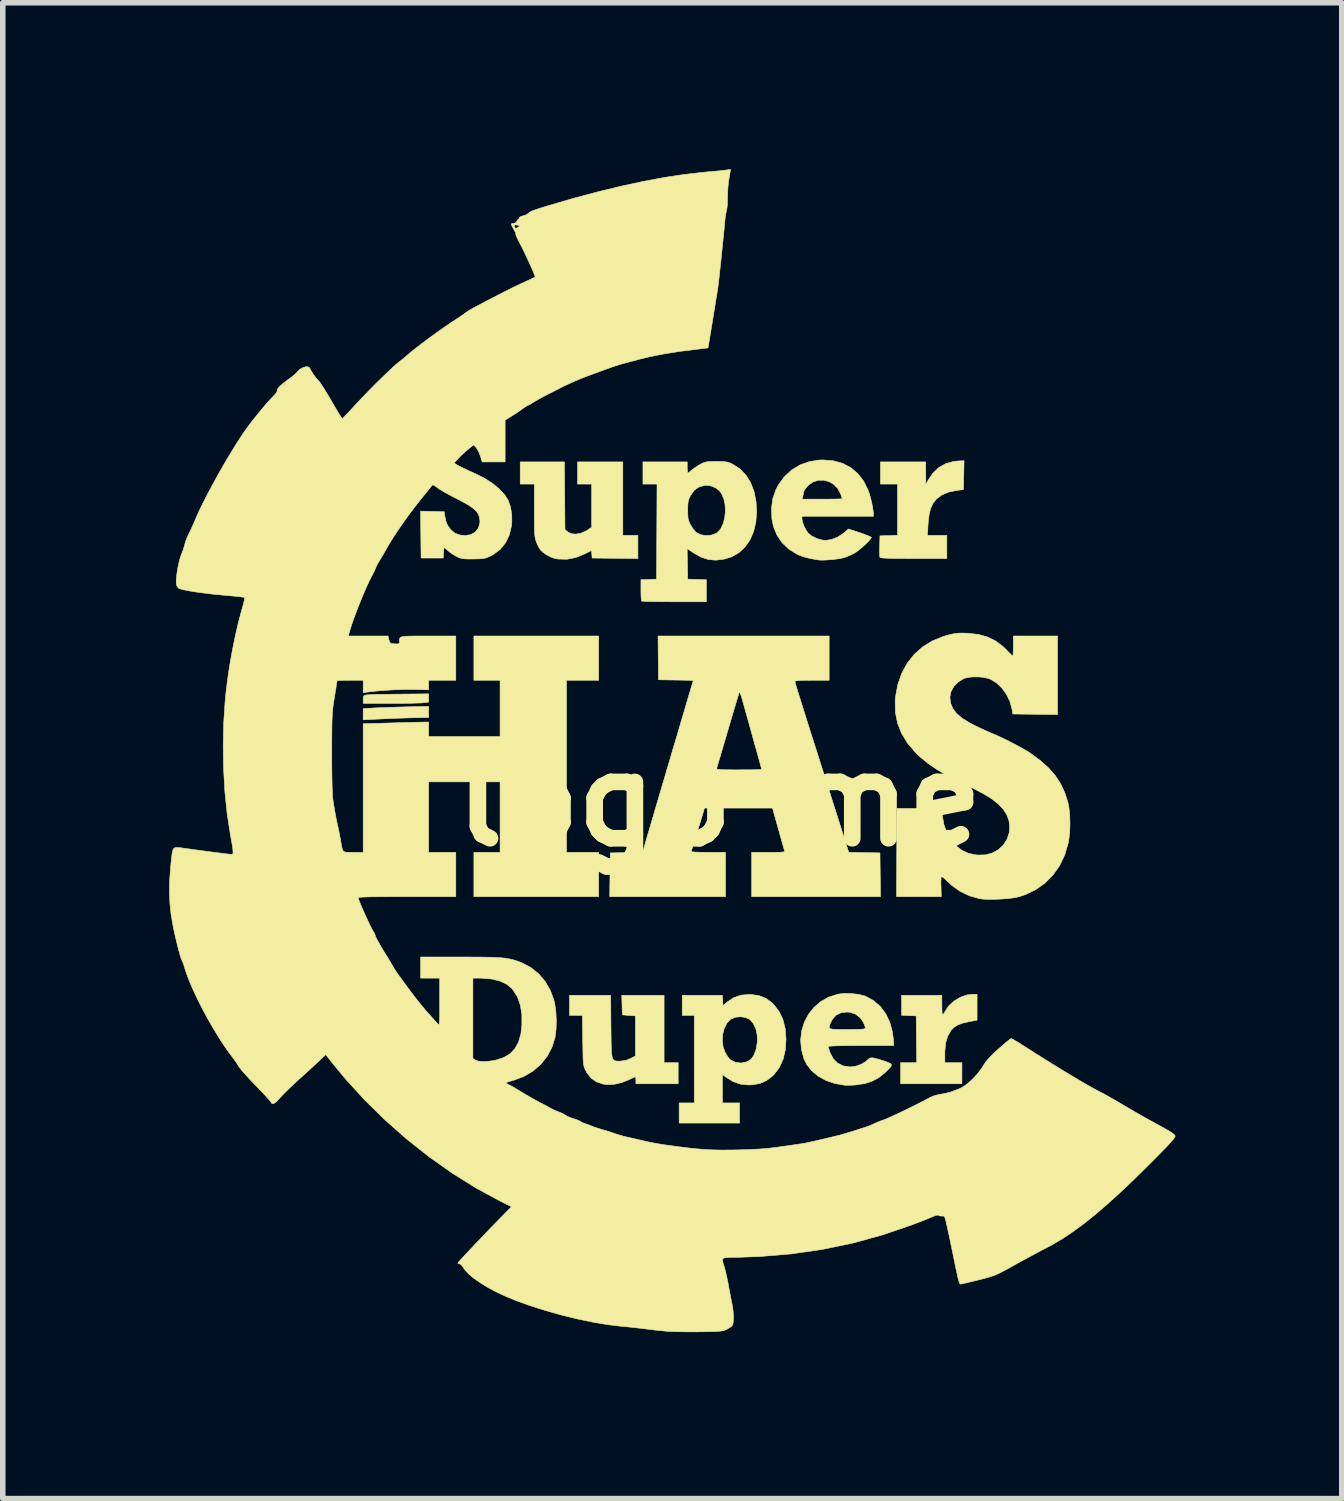
<source format=kicad_pcb>
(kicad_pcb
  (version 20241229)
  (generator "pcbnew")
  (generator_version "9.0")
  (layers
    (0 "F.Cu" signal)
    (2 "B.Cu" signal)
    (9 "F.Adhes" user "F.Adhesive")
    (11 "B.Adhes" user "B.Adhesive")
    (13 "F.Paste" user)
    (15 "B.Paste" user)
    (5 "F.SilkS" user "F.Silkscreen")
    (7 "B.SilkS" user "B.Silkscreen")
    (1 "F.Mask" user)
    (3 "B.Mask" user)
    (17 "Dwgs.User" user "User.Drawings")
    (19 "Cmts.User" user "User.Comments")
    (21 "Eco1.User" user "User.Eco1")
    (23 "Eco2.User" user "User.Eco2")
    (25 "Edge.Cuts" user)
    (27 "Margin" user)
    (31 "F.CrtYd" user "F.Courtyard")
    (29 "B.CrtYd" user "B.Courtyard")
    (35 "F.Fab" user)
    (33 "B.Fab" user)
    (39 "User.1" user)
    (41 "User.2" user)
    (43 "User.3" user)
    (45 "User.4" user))
  (footprint "logo me"
    (layer "F.Cu")
    (at 9.921 11.374)
    (property "Reference" "logo me" (at 0 0 0) (layer "F.SilkS") (effects (font (size 1.524 1.524) (thickness 0.3))))
    (attr through_hole)
    (fp_poly (pts (xy -5.243 -1.488) (xy -5.357 -1.486) (xy -5.574 -1.482) (xy -5.787 -1.475) (xy -6.011 -1.466) (xy -6.119 -1.461) (xy -6.423 -1.446) (xy -6.423 -1.648) (xy -6.255 -1.658) (xy -6.186 -1.662) (xy -6.089 -1.666) (xy -5.973 -1.67) (xy -5.844 -1.674) (xy -5.711 -1.678) (xy -5.665 -1.679) (xy -5.243 -1.688) (xy -5.243 -1.488)) (stroke (width 0.01) (type solid)) (fill yes) (layer "F.SilkS"))
    (fp_poly (pts (xy -5.243 -1.839) (xy -5.243 -1.765) (xy -5.339 -1.753) (xy -5.382 -1.75) (xy -5.456 -1.748) (xy -5.555 -1.745) (xy -5.672 -1.743) (xy -5.801 -1.742) (xy -5.928 -1.742) (xy -6.423 -1.742) (xy -6.423 -1.813) (xy -6.42 -1.86) (xy -6.406 -1.883) (xy -6.373 -1.893) (xy -6.364 -1.895) (xy -6.331 -1.897) (xy -6.267 -1.9) (xy -6.177 -1.903) (xy -6.066 -1.905) (xy -5.94 -1.907) (xy -5.803 -1.909) (xy -5.774 -1.909) (xy -5.243 -1.914) (xy -5.243 -1.839)) (stroke (width 0.01) (type solid)) (fill yes) (layer "F.SilkS"))
    (fp_poly (pts (xy 4.645 3.968) (xy 4.502 3.996) (xy 4.385 4.023) (xy 4.298 4.055) (xy 4.232 4.096) (xy 4.18 4.148) (xy 4.171 4.161) (xy 4.115 4.26) (xy 4.08 4.378) (xy 4.065 4.52) (xy 4.064 4.575) (xy 4.064 4.735) (xy 4.372 4.735) (xy 4.372 5.116) (xy 3.266 5.116) (xy 3.266 4.735) (xy 3.557 4.735) (xy 3.552 4.313) (xy 3.547 3.892) (xy 3.415 3.886) (xy 3.284 3.881) (xy 3.284 3.52) (xy 4.01 3.52) (xy 4.01 3.689) (xy 4.011 3.764) (xy 4.014 3.825) (xy 4.018 3.862) (xy 4.021 3.87) (xy 4.035 3.863) (xy 4.057 3.83) (xy 4.068 3.81) (xy 4.136 3.71) (xy 4.231 3.623) (xy 4.343 3.556) (xy 4.463 3.514) (xy 4.565 3.502) (xy 4.645 3.502) (xy 4.645 3.968)) (stroke (width 0.01) (type solid)) (fill yes) (layer "F.SilkS"))
    (fp_poly (pts (xy 4.405 -5.858) (xy 4.4 -5.597) (xy 4.286 -5.583) (xy 4.135 -5.553) (xy 4.012 -5.502) (xy 3.916 -5.43) (xy 3.904 -5.417) (xy 3.85 -5.347) (xy 3.811 -5.264) (xy 3.784 -5.164) (xy 3.767 -5.038) (xy 3.761 -4.958) (xy 3.75 -4.772) (xy 4.1 -4.772) (xy 4.1 -4.354) (xy 3.501 -4.354) (xy 3.332 -4.355) (xy 3.195 -4.355) (xy 3.089 -4.357) (xy 3.009 -4.36) (xy 2.953 -4.363) (xy 2.917 -4.368) (xy 2.898 -4.373) (xy 2.893 -4.378) (xy 2.889 -4.406) (xy 2.887 -4.461) (xy 2.887 -4.533) (xy 2.889 -4.582) (xy 2.894 -4.763) (xy 3.211 -4.773) (xy 3.211 -5.697) (xy 2.903 -5.697) (xy 2.903 -6.096) (xy 3.719 -6.096) (xy 3.721 -5.688) (xy 3.759 -5.76) (xy 3.846 -5.891) (xy 3.953 -5.993) (xy 4.079 -6.065) (xy 4.22 -6.104) (xy 4.286 -6.111) (xy 4.41 -6.118) (xy 4.405 -5.858)) (stroke (width 0.01) (type solid)) (fill yes) (layer "F.SilkS"))
    (fp_poly (pts (xy -2.79 -5.487) (xy -2.785 -4.877) (xy -2.734 -4.833) (xy -2.669 -4.801) (xy -2.588 -4.794) (xy -2.496 -4.811) (xy -2.401 -4.853) (xy -2.357 -4.881) (xy -2.304 -4.919) (xy -2.304 -5.697) (xy -2.558 -5.697) (xy -2.558 -6.096) (xy -1.742 -6.096) (xy -1.742 -4.772) (xy -1.47 -4.772) (xy -1.47 -4.354) (xy -1.882 -4.358) (xy -2.295 -4.363) (xy -2.301 -4.431) (xy -2.306 -4.499) (xy -2.428 -4.438) (xy -2.591 -4.372) (xy -2.75 -4.341) (xy -2.908 -4.345) (xy -2.959 -4.353) (xy -3.032 -4.377) (xy -3.111 -4.417) (xy -3.182 -4.466) (xy -3.227 -4.51) (xy -3.255 -4.554) (xy -3.285 -4.615) (xy -3.301 -4.656) (xy -3.313 -4.689) (xy -3.321 -4.723) (xy -3.328 -4.764) (xy -3.333 -4.816) (xy -3.336 -4.884) (xy -3.337 -4.974) (xy -3.338 -5.09) (xy -3.338 -5.226) (xy -3.338 -5.697) (xy -3.592 -5.697) (xy -3.592 -6.096) (xy -2.796 -6.096) (xy -2.79 -5.487)) (stroke (width 0.01) (type solid)) (fill yes) (layer "F.SilkS"))
    (fp_poly (pts (xy -1.956 4.082) (xy -1.954 4.249) (xy -1.952 4.383) (xy -1.949 4.489) (xy -1.944 4.568) (xy -1.935 4.626) (xy -1.923 4.665) (xy -1.906 4.689) (xy -1.882 4.702) (xy -1.852 4.707) (xy -1.814 4.708) (xy -1.79 4.708) (xy -1.687 4.694) (xy -1.605 4.662) (xy -1.515 4.615) (xy -1.515 3.892) (xy -1.633 3.883) (xy -1.751 3.873) (xy -1.761 3.52) (xy -0.998 3.52) (xy -0.998 4.735) (xy -0.744 4.735) (xy -0.744 5.116) (xy -1.506 5.116) (xy -1.506 5.053) (xy -1.508 5.011) (xy -1.514 4.99) (xy -1.515 4.989) (xy -1.535 4.997) (xy -1.578 5.017) (xy -1.629 5.041) (xy -1.759 5.094) (xy -1.893 5.125) (xy -2.019 5.132) (xy -2.095 5.122) (xy -2.218 5.08) (xy -2.315 5.013) (xy -2.389 4.918) (xy -2.408 4.883) (xy -2.424 4.851) (xy -2.436 4.821) (xy -2.445 4.79) (xy -2.451 4.751) (xy -2.456 4.7) (xy -2.459 4.631) (xy -2.461 4.539) (xy -2.463 4.419) (xy -2.465 4.332) (xy -2.471 3.883) (xy -2.703 3.883) (xy -2.703 3.52) (xy -1.961 3.52) (xy -1.956 4.082)) (stroke (width 0.01) (type solid)) (fill yes) (layer "F.SilkS"))
    (fp_poly (pts (xy 0.572 3.506) (xy 0.714 3.527) (xy 0.836 3.575) (xy 0.944 3.652) (xy 0.977 3.684) (xy 1.074 3.81) (xy 1.144 3.955) (xy 1.186 4.122) (xy 1.201 4.309) (xy 1.189 4.5) (xy 1.149 4.672) (xy 1.08 4.822) (xy 0.984 4.949) (xy 0.958 4.975) (xy 0.851 5.057) (xy 0.731 5.11) (xy 0.594 5.135) (xy 0.522 5.137) (xy 0.377 5.122) (xy 0.245 5.076) (xy 0.118 4.997) (xy 0.054 4.949) (xy 0.054 5.461) (xy 0.363 5.461) (xy 0.363 5.824) (xy -0.726 5.824) (xy -0.726 5.461) (xy -0.454 5.461) (xy -0.454 4.335) (xy 0.052 4.335) (xy 0.066 4.449) (xy 0.104 4.554) (xy 0.104 4.554) (xy 0.14 4.614) (xy 0.178 4.664) (xy 0.202 4.686) (xy 0.289 4.729) (xy 0.386 4.742) (xy 0.482 4.724) (xy 0.526 4.704) (xy 0.581 4.66) (xy 0.623 4.597) (xy 0.656 4.508) (xy 0.664 4.478) (xy 0.684 4.355) (xy 0.68 4.235) (xy 0.656 4.124) (xy 0.612 4.03) (xy 0.551 3.96) (xy 0.542 3.953) (xy 0.466 3.919) (xy 0.376 3.907) (xy 0.285 3.917) (xy 0.207 3.95) (xy 0.202 3.953) (xy 0.136 4.021) (xy 0.088 4.113) (xy 0.06 4.22) (xy 0.052 4.335) (xy -0.454 4.335) (xy -0.454 3.883) (xy -0.671 3.883) (xy -0.671 3.52) (xy 0.053 3.52) (xy 0.058 3.613) (xy 0.064 3.706) (xy 0.141 3.641) (xy 0.257 3.564) (xy 0.385 3.519) (xy 0.529 3.505) (xy 0.572 3.506)) (stroke (width 0.01) (type solid)) (fill yes) (layer "F.SilkS"))
    (fp_poly (pts (xy 2.374 3.488) (xy 2.499 3.503) (xy 2.608 3.529) (xy 2.631 3.537) (xy 2.774 3.613) (xy 2.896 3.717) (xy 2.995 3.847) (xy 3.069 3.999) (xy 3.117 4.171) (xy 3.134 4.295) (xy 3.144 4.427) (xy 2.552 4.427) (xy 2.383 4.427) (xy 2.239 4.429) (xy 2.123 4.431) (xy 2.036 4.435) (xy 1.981 4.439) (xy 1.96 4.444) (xy 1.959 4.444) (xy 1.965 4.47) (xy 1.981 4.517) (xy 1.996 4.559) (xy 2.053 4.666) (xy 2.132 4.744) (xy 2.231 4.793) (xy 2.349 4.811) (xy 2.358 4.811) (xy 2.457 4.799) (xy 2.555 4.765) (xy 2.639 4.715) (xy 2.674 4.683) (xy 2.7 4.66) (xy 2.729 4.649) (xy 2.77 4.649) (xy 2.828 4.662) (xy 2.911 4.687) (xy 2.953 4.7) (xy 3.034 4.728) (xy 3.083 4.751) (xy 3.102 4.774) (xy 3.092 4.805) (xy 3.054 4.848) (xy 2.989 4.911) (xy 2.877 5.002) (xy 2.757 5.068) (xy 2.622 5.112) (xy 2.464 5.136) (xy 2.422 5.14) (xy 2.35 5.143) (xy 2.283 5.143) (xy 2.25 5.141) (xy 2.076 5.11) (xy 1.918 5.055) (xy 1.778 4.977) (xy 1.662 4.88) (xy 1.572 4.765) (xy 1.524 4.667) (xy 1.478 4.497) (xy 1.464 4.328) (xy 1.482 4.164) (xy 1.506 4.088) (xy 1.979 4.088) (xy 1.982 4.11) (xy 2.001 4.124) (xy 2.04 4.132) (xy 2.105 4.136) (xy 2.198 4.137) (xy 2.304 4.137) (xy 2.422 4.136) (xy 2.508 4.135) (xy 2.567 4.132) (xy 2.604 4.128) (xy 2.624 4.121) (xy 2.63 4.112) (xy 2.631 4.108) (xy 2.62 4.065) (xy 2.593 4.007) (xy 2.556 3.949) (xy 2.533 3.922) (xy 2.453 3.859) (xy 2.355 3.827) (xy 2.295 3.823) (xy 2.188 3.837) (xy 2.103 3.879) (xy 2.038 3.952) (xy 2.005 4.014) (xy 1.988 4.057) (xy 1.979 4.088) (xy 1.506 4.088) (xy 1.529 4.009) (xy 1.603 3.867) (xy 1.702 3.742) (xy 1.823 3.636) (xy 1.966 3.555) (xy 2.127 3.503) (xy 2.137 3.5) (xy 2.249 3.487) (xy 2.374 3.488)) (stroke (width 0.01) (type solid)) (fill yes) (layer "F.SilkS"))
    (fp_poly (pts (xy 0.035 -6.104) (xy 0.099 -6.1) (xy 0.149 -6.091) (xy 0.195 -6.075) (xy 0.239 -6.054) (xy 0.369 -5.971) (xy 0.477 -5.86) (xy 0.562 -5.723) (xy 0.624 -5.563) (xy 0.66 -5.382) (xy 0.671 -5.207) (xy 0.657 -5.015) (xy 0.617 -4.842) (xy 0.552 -4.691) (xy 0.463 -4.563) (xy 0.352 -4.46) (xy 0.221 -4.385) (xy 0.086 -4.343) (xy -0.064 -4.324) (xy -0.202 -4.337) (xy -0.335 -4.381) (xy -0.462 -4.453) (xy -0.582 -4.533) (xy -0.572 -3.982) (xy -0.404 -3.977) (xy -0.236 -3.972) (xy -0.236 -3.574) (xy -0.813 -3.574) (xy -0.955 -3.575) (xy -1.084 -3.576) (xy -1.198 -3.577) (xy -1.29 -3.579) (xy -1.358 -3.582) (xy -1.396 -3.585) (xy -1.403 -3.586) (xy -1.408 -3.608) (xy -1.412 -3.659) (xy -1.415 -3.729) (xy -1.415 -3.785) (xy -1.415 -3.972) (xy -1.275 -3.977) (xy -1.134 -3.982) (xy -1.129 -4.84) (xy -1.127 -5.225) (xy -0.572 -5.225) (xy -0.57 -5.141) (xy -0.566 -5.082) (xy -0.555 -5.036) (xy -0.537 -4.991) (xy -0.517 -4.954) (xy -0.479 -4.895) (xy -0.439 -4.844) (xy -0.414 -4.82) (xy -0.336 -4.783) (xy -0.243 -4.768) (xy -0.147 -4.776) (xy -0.063 -4.806) (xy -0.039 -4.821) (xy 0.022 -4.887) (xy 0.066 -4.978) (xy 0.095 -5.086) (xy 0.107 -5.203) (xy 0.102 -5.321) (xy 0.079 -5.431) (xy 0.037 -5.526) (xy 0.008 -5.567) (xy -0.062 -5.625) (xy -0.151 -5.663) (xy -0.245 -5.674) (xy -0.276 -5.671) (xy -0.373 -5.642) (xy -0.451 -5.587) (xy -0.514 -5.501) (xy -0.518 -5.493) (xy -0.544 -5.444) (xy -0.56 -5.401) (xy -0.568 -5.351) (xy -0.571 -5.285) (xy -0.572 -5.225) (xy -1.127 -5.225) (xy -1.125 -5.697) (xy -1.379 -5.697) (xy -1.379 -6.096) (xy -0.581 -6.096) (xy -0.581 -5.996) (xy -0.579 -5.942) (xy -0.574 -5.905) (xy -0.569 -5.896) (xy -0.55 -5.907) (xy -0.515 -5.935) (xy -0.496 -5.951) (xy -0.443 -5.991) (xy -0.377 -6.034) (xy -0.34 -6.055) (xy -0.293 -6.078) (xy -0.25 -6.093) (xy -0.202 -6.101) (xy -0.137 -6.104) (xy -0.054 -6.105) (xy 0.035 -6.104)) (stroke (width 0.01) (type solid)) (fill yes) (layer "F.SilkS"))
    (fp_poly (pts (xy 2.055 -6.116) (xy 2.222 -6.069) (xy 2.369 -5.992) (xy 2.495 -5.886) (xy 2.599 -5.751) (xy 2.679 -5.59) (xy 2.701 -5.53) (xy 2.727 -5.44) (xy 2.749 -5.343) (xy 2.766 -5.251) (xy 2.775 -5.177) (xy 2.776 -5.158) (xy 2.776 -5.116) (xy 1.488 -5.116) (xy 1.488 -5.066) (xy 1.499 -5.008) (xy 1.526 -4.936) (xy 1.563 -4.865) (xy 1.602 -4.81) (xy 1.668 -4.758) (xy 1.756 -4.715) (xy 1.85 -4.688) (xy 1.914 -4.681) (xy 2.019 -4.697) (xy 2.129 -4.74) (xy 2.232 -4.806) (xy 2.257 -4.827) (xy 2.326 -4.887) (xy 2.533 -4.819) (xy 2.613 -4.791) (xy 2.678 -4.766) (xy 2.723 -4.746) (xy 2.74 -4.735) (xy 2.74 -4.735) (xy 2.726 -4.709) (xy 2.691 -4.668) (xy 2.64 -4.617) (xy 2.58 -4.563) (xy 2.519 -4.511) (xy 2.462 -4.469) (xy 2.43 -4.449) (xy 2.355 -4.412) (xy 2.272 -4.379) (xy 2.226 -4.365) (xy 2.154 -4.351) (xy 2.065 -4.338) (xy 1.97 -4.33) (xy 1.88 -4.325) (xy 1.807 -4.326) (xy 1.778 -4.329) (xy 1.667 -4.349) (xy 1.583 -4.367) (xy 1.516 -4.385) (xy 1.458 -4.406) (xy 1.4 -4.432) (xy 1.398 -4.433) (xy 1.252 -4.523) (xy 1.131 -4.638) (xy 1.038 -4.775) (xy 0.974 -4.931) (xy 0.946 -5.068) (xy 0.938 -5.258) (xy 0.961 -5.425) (xy 1.492 -5.425) (xy 1.852 -5.425) (xy 1.962 -5.425) (xy 2.059 -5.426) (xy 2.136 -5.427) (xy 2.19 -5.429) (xy 2.213 -5.431) (xy 2.213 -5.432) (xy 2.208 -5.451) (xy 2.194 -5.493) (xy 2.186 -5.517) (xy 2.135 -5.615) (xy 2.063 -5.689) (xy 1.976 -5.74) (xy 1.88 -5.766) (xy 1.782 -5.765) (xy 1.688 -5.735) (xy 1.604 -5.676) (xy 1.589 -5.66) (xy 1.553 -5.617) (xy 1.529 -5.585) (xy 1.524 -5.574) (xy 1.52 -5.549) (xy 1.51 -5.504) (xy 1.507 -5.493) (xy 1.492 -5.425) (xy 0.961 -5.425) (xy 0.962 -5.434) (xy 1.02 -5.599) (xy 1.065 -5.684) (xy 1.174 -5.832) (xy 1.305 -5.952) (xy 1.456 -6.043) (xy 1.624 -6.103) (xy 1.806 -6.13) (xy 1.87 -6.132) (xy 2.055 -6.116)) (stroke (width 0.01) (type solid)) (fill yes) (layer "F.SilkS"))
    (fp_poly (pts (xy 4.467 -3.007) (xy 4.481 -3.007) (xy 4.669 -2.985) (xy 4.833 -2.94) (xy 4.978 -2.869) (xy 5.11 -2.77) (xy 5.172 -2.71) (xy 5.222 -2.658) (xy 5.262 -2.619) (xy 5.286 -2.597) (xy 5.29 -2.594) (xy 5.293 -2.611) (xy 5.296 -2.657) (xy 5.297 -2.723) (xy 5.298 -2.776) (xy 5.298 -2.957) (xy 6.096 -2.957) (xy 6.096 -1.541) (xy 5.693 -1.546) (xy 5.289 -1.551) (xy 5.274 -1.642) (xy 5.238 -1.776) (xy 5.176 -1.903) (xy 5.095 -2.016) (xy 4.999 -2.109) (xy 4.894 -2.174) (xy 4.857 -2.189) (xy 4.772 -2.21) (xy 4.672 -2.22) (xy 4.568 -2.22) (xy 4.475 -2.209) (xy 4.406 -2.19) (xy 4.306 -2.129) (xy 4.228 -2.05) (xy 4.176 -1.957) (xy 4.155 -1.858) (xy 4.155 -1.851) (xy 4.168 -1.745) (xy 4.208 -1.649) (xy 4.277 -1.559) (xy 4.377 -1.474) (xy 4.511 -1.391) (xy 4.599 -1.345) (xy 4.687 -1.303) (xy 4.772 -1.263) (xy 4.845 -1.231) (xy 4.889 -1.212) (xy 4.993 -1.168) (xy 5.113 -1.112) (xy 5.241 -1.049) (xy 5.366 -0.984) (xy 5.48 -0.921) (xy 5.574 -0.865) (xy 5.606 -0.844) (xy 5.785 -0.712) (xy 5.933 -0.58) (xy 6.053 -0.444) (xy 6.149 -0.298) (xy 6.224 -0.138) (xy 6.281 0.033) (xy 6.302 0.141) (xy 6.315 0.273) (xy 6.32 0.417) (xy 6.316 0.562) (xy 6.302 0.697) (xy 6.288 0.777) (xy 6.225 0.991) (xy 6.133 1.183) (xy 6.014 1.352) (xy 5.87 1.497) (xy 5.702 1.616) (xy 5.512 1.707) (xy 5.406 1.742) (xy 5.327 1.76) (xy 5.223 1.774) (xy 5.106 1.784) (xy 4.984 1.79) (xy 4.868 1.792) (xy 4.767 1.788) (xy 4.692 1.779) (xy 4.69 1.779) (xy 4.503 1.725) (xy 4.339 1.647) (xy 4.192 1.541) (xy 4.122 1.476) (xy 4.06 1.418) (xy 4.019 1.387) (xy 4 1.385) (xy 3.998 1.387) (xy 3.995 1.416) (xy 3.993 1.47) (xy 3.994 1.542) (xy 3.995 1.577) (xy 4 1.742) (xy 3.193 1.742) (xy 3.197 0.948) (xy 3.202 0.154) (xy 4 0.154) (xy 4.014 0.262) (xy 4.049 0.447) (xy 4.106 0.604) (xy 4.187 0.737) (xy 4.276 0.834) (xy 4.375 0.909) (xy 4.484 0.959) (xy 4.613 0.987) (xy 4.655 0.992) (xy 4.792 0.989) (xy 4.918 0.956) (xy 5.028 0.896) (xy 5.119 0.812) (xy 5.185 0.709) (xy 5.225 0.589) (xy 5.233 0.491) (xy 5.221 0.376) (xy 5.183 0.27) (xy 5.12 0.169) (xy 5.028 0.072) (xy 4.906 -0.024) (xy 4.752 -0.118) (xy 4.565 -0.215) (xy 4.502 -0.244) (xy 4.275 -0.353) (xy 4.079 -0.457) (xy 3.909 -0.558) (xy 3.762 -0.659) (xy 3.634 -0.763) (xy 3.538 -0.854) (xy 3.394 -1.022) (xy 3.285 -1.199) (xy 3.211 -1.386) (xy 3.172 -1.583) (xy 3.168 -1.79) (xy 3.174 -1.859) (xy 3.216 -2.082) (xy 3.287 -2.285) (xy 3.386 -2.467) (xy 3.512 -2.626) (xy 3.663 -2.76) (xy 3.839 -2.869) (xy 4.037 -2.95) (xy 4.128 -2.976) (xy 4.216 -2.996) (xy 4.291 -3.007) (xy 4.37 -3.01) (xy 4.467 -3.007)) (stroke (width 0.01) (type solid)) (fill yes) (layer "F.SilkS"))
    (fp_poly (pts (xy 1.978 -2.159) (xy 1.669 -2.159) (xy 1.55 -2.158) (xy 1.464 -2.156) (xy 1.406 -2.152) (xy 1.373 -2.146) (xy 1.361 -2.138) (xy 1.361 -2.136) (xy 1.366 -2.115) (xy 1.381 -2.062) (xy 1.405 -1.982) (xy 1.437 -1.879) (xy 1.476 -1.755) (xy 1.52 -1.615) (xy 1.568 -1.462) (xy 1.603 -1.351) (xy 1.666 -1.152) (xy 1.738 -0.927) (xy 1.813 -0.689) (xy 1.891 -0.446) (xy 1.966 -0.208) (xy 2.036 0.013) (xy 2.088 0.176) (xy 2.331 0.943) (xy 2.894 0.953) (xy 2.899 1.347) (xy 2.904 1.742) (xy 0.581 1.742) (xy 0.581 0.943) (xy 0.881 0.943) (xy 0.992 0.943) (xy 1.071 0.942) (xy 1.124 0.939) (xy 1.156 0.935) (xy 1.171 0.928) (xy 1.174 0.918) (xy 1.172 0.912) (xy 1.165 0.885) (xy 1.149 0.83) (xy 1.127 0.75) (xy 1.099 0.653) (xy 1.069 0.544) (xy 1.06 0.513) (xy 0.957 0.145) (xy -0.27 0.145) (xy -0.3 0.249) (xy -0.316 0.302) (xy -0.34 0.382) (xy -0.37 0.478) (xy -0.402 0.582) (xy -0.419 0.634) (xy -0.449 0.73) (xy -0.474 0.813) (xy -0.494 0.878) (xy -0.506 0.919) (xy -0.508 0.93) (xy -0.491 0.934) (xy -0.443 0.938) (xy -0.371 0.941) (xy -0.281 0.943) (xy -0.2 0.943) (xy 0.109 0.943) (xy 0.109 1.742) (xy -1.978 1.742) (xy -1.973 1.347) (xy -1.968 0.953) (xy -1.676 0.948) (xy -1.383 0.943) (xy -1.365 0.875) (xy -1.354 0.837) (xy -1.335 0.771) (xy -1.31 0.683) (xy -1.279 0.579) (xy -1.246 0.466) (xy -1.237 0.435) (xy -1.195 0.294) (xy -1.149 0.136) (xy -1.101 -0.026) (xy -1.056 -0.178) (xy -1.026 -0.281) (xy -0.987 -0.412) (xy -0.945 -0.555) (xy -0.942 -0.566) (xy -0.049 -0.566) (xy -0.041 -0.558) (xy -0.022 -0.552) (xy 0.014 -0.549) (xy 0.071 -0.546) (xy 0.152 -0.545) (xy 0.263 -0.544) (xy 0.353 -0.544) (xy 0.47 -0.545) (xy 0.574 -0.545) (xy 0.66 -0.547) (xy 0.723 -0.549) (xy 0.757 -0.551) (xy 0.762 -0.552) (xy 0.757 -0.571) (xy 0.744 -0.619) (xy 0.724 -0.692) (xy 0.699 -0.784) (xy 0.669 -0.89) (xy 0.661 -0.919) (xy 0.622 -1.058) (xy 0.579 -1.212) (xy 0.535 -1.37) (xy 0.495 -1.515) (xy 0.47 -1.605) (xy 0.436 -1.725) (xy 0.411 -1.815) (xy 0.392 -1.877) (xy 0.378 -1.917) (xy 0.369 -1.937) (xy 0.362 -1.943) (xy 0.357 -1.94) (xy 0.351 -1.921) (xy 0.336 -1.873) (xy 0.314 -1.801) (xy 0.287 -1.711) (xy 0.258 -1.615) (xy 0.228 -1.514) (xy 0.194 -1.398) (xy 0.157 -1.272) (xy 0.119 -1.143) (xy 0.081 -1.014) (xy 0.045 -0.892) (xy 0.013 -0.783) (xy -0.015 -0.69) (xy -0.035 -0.621) (xy -0.047 -0.58) (xy -0.048 -0.576) (xy -0.049 -0.566) (xy -0.942 -0.566) (xy -0.903 -0.696) (xy -0.866 -0.824) (xy -0.844 -0.898) (xy -0.813 -1.001) (xy -0.775 -1.129) (xy -0.733 -1.27) (xy -0.691 -1.415) (xy -0.65 -1.553) (xy -0.645 -1.569) (xy -0.61 -1.69) (xy -0.576 -1.804) (xy -0.546 -1.906) (xy -0.521 -1.988) (xy -0.504 -2.045) (xy -0.5 -2.059) (xy -0.484 -2.111) (xy -0.474 -2.146) (xy -0.472 -2.154) (xy -0.489 -2.156) (xy -0.537 -2.158) (xy -0.609 -2.16) (xy -0.7 -2.162) (xy -0.785 -2.163) (xy -1.098 -2.168) (xy -1.103 -2.563) (xy -1.107 -2.957) (xy 1.978 -2.957) (xy 1.978 -2.159)) (stroke (width 0.01) (type solid)) (fill yes) (layer "F.SilkS"))
    (fp_poly (pts (xy 0.191 -11.314) (xy 0.183 -11.264) (xy 0.172 -11.197) (xy 0.164 -11.149) (xy 0.157 -11.081) (xy 0.15 -10.992) (xy 0.146 -10.897) (xy 0.146 -10.855) (xy 0.144 -10.771) (xy 0.139 -10.696) (xy 0.131 -10.641) (xy 0.126 -10.621) (xy 0.117 -10.584) (xy 0.107 -10.52) (xy 0.098 -10.439) (xy 0.091 -10.371) (xy 0.085 -10.299) (xy 0.076 -10.204) (xy 0.064 -10.089) (xy 0.051 -9.963) (xy 0.038 -9.83) (xy 0.024 -9.698) (xy 0.01 -9.571) (xy -0.002 -9.456) (xy -0.013 -9.359) (xy -0.022 -9.286) (xy -0.027 -9.244) (xy -0.036 -9.19) (xy -0.048 -9.112) (xy -0.064 -9.015) (xy -0.082 -8.904) (xy -0.101 -8.785) (xy -0.121 -8.663) (xy -0.141 -8.542) (xy -0.159 -8.429) (xy -0.176 -8.329) (xy -0.19 -8.246) (xy -0.2 -8.187) (xy -0.205 -8.156) (xy -0.206 -8.152) (xy -0.224 -8.149) (xy -0.27 -8.143) (xy -0.337 -8.135) (xy -0.39 -8.129) (xy -0.709 -8.089) (xy -0.996 -8.044) (xy -1.25 -7.994) (xy -1.424 -7.952) (xy -1.518 -7.927) (xy -1.612 -7.902) (xy -1.692 -7.881) (xy -1.733 -7.871) (xy -1.8 -7.851) (xy -1.894 -7.821) (xy -2.016 -7.778) (xy -2.167 -7.723) (xy -2.35 -7.656) (xy -2.421 -7.629) (xy -2.512 -7.593) (xy -2.616 -7.549) (xy -2.722 -7.501) (xy -2.816 -7.457) (xy -2.876 -7.426) (xy -2.916 -7.405) (xy -2.978 -7.373) (xy -3.052 -7.336) (xy -3.088 -7.318) (xy -3.171 -7.275) (xy -3.256 -7.229) (xy -3.327 -7.187) (xy -3.346 -7.176) (xy -3.399 -7.143) (xy -3.44 -7.12) (xy -3.46 -7.112) (xy -3.481 -7.101) (xy -3.521 -7.075) (xy -3.551 -7.053) (xy -3.607 -7.013) (xy -3.678 -6.965) (xy -3.746 -6.922) (xy -3.864 -6.849) (xy -3.864 -6.096) (xy -4.279 -6.096) (xy -4.308 -6.195) (xy -4.333 -6.262) (xy -4.365 -6.324) (xy -4.383 -6.349) (xy -4.43 -6.404) (xy -4.478 -6.367) (xy -4.536 -6.32) (xy -4.598 -6.266) (xy -4.659 -6.209) (xy -4.712 -6.156) (xy -4.754 -6.112) (xy -4.776 -6.083) (xy -4.779 -6.075) (xy -4.756 -6.057) (xy -4.706 -6.028) (xy -4.635 -5.992) (xy -4.548 -5.95) (xy -4.451 -5.906) (xy -4.401 -5.884) (xy -4.242 -5.805) (xy -4.097 -5.713) (xy -3.973 -5.612) (xy -3.874 -5.506) (xy -3.812 -5.41) (xy -3.769 -5.293) (xy -3.745 -5.156) (xy -3.743 -5.009) (xy -3.751 -4.936) (xy -3.79 -4.774) (xy -3.858 -4.635) (xy -3.953 -4.519) (xy -4.075 -4.427) (xy -4.129 -4.399) (xy -4.179 -4.376) (xy -4.223 -4.361) (xy -4.271 -4.352) (xy -4.333 -4.348) (xy -4.418 -4.346) (xy -4.445 -4.346) (xy -4.538 -4.346) (xy -4.604 -4.349) (xy -4.652 -4.356) (xy -4.692 -4.368) (xy -4.734 -4.388) (xy -4.745 -4.394) (xy -4.81 -4.432) (xy -4.872 -4.477) (xy -4.897 -4.498) (xy -4.934 -4.531) (xy -4.959 -4.551) (xy -4.963 -4.554) (xy -4.967 -4.537) (xy -4.972 -4.495) (xy -4.975 -4.459) (xy -4.98 -4.363) (xy -5.379 -4.363) (xy -5.384 -4.786) (xy -5.389 -5.208) (xy -4.962 -5.198) (xy -4.95 -5.116) (xy -4.931 -5.024) (xy -4.901 -4.952) (xy -4.853 -4.885) (xy -4.844 -4.874) (xy -4.769 -4.811) (xy -4.675 -4.777) (xy -4.583 -4.769) (xy -4.486 -4.784) (xy -4.406 -4.828) (xy -4.35 -4.896) (xy -4.321 -4.983) (xy -4.318 -5.024) (xy -4.324 -5.092) (xy -4.346 -5.153) (xy -4.386 -5.21) (xy -4.449 -5.266) (xy -4.536 -5.325) (xy -4.653 -5.39) (xy -4.743 -5.436) (xy -4.838 -5.485) (xy -4.93 -5.535) (xy -5.009 -5.581) (xy -5.066 -5.617) (xy -5.077 -5.625) (xy -5.127 -5.662) (xy -5.157 -5.679) (xy -5.176 -5.678) (xy -5.191 -5.663) (xy -5.192 -5.661) (xy -5.211 -5.637) (xy -5.249 -5.589) (xy -5.301 -5.525) (xy -5.362 -5.449) (xy -5.405 -5.395) (xy -5.504 -5.269) (xy -5.608 -5.13) (xy -5.711 -4.986) (xy -5.809 -4.844) (xy -5.895 -4.712) (xy -5.966 -4.596) (xy -5.995 -4.545) (xy -6.038 -4.468) (xy -6.084 -4.39) (xy -6.123 -4.327) (xy -6.158 -4.269) (xy -6.185 -4.217) (xy -6.195 -4.191) (xy -6.211 -4.152) (xy -6.238 -4.095) (xy -6.27 -4.034) (xy -6.313 -3.95) (xy -6.364 -3.839) (xy -6.42 -3.71) (xy -6.477 -3.571) (xy -6.533 -3.429) (xy -6.585 -3.292) (xy -6.628 -3.169) (xy -6.659 -3.071) (xy -6.692 -2.957) (xy -5.975 -2.957) (xy -5.959 -2.889) (xy -5.946 -2.848) (xy -5.928 -2.827) (xy -5.892 -2.819) (xy -5.856 -2.816) (xy -5.804 -2.814) (xy -5.778 -2.82) (xy -5.77 -2.838) (xy -5.769 -2.855) (xy -5.769 -2.885) (xy -5.767 -2.908) (xy -5.758 -2.926) (xy -5.739 -2.939) (xy -5.705 -2.947) (xy -5.654 -2.953) (xy -5.58 -2.956) (xy -5.481 -2.957) (xy -5.351 -2.957) (xy -5.25 -2.957) (xy -4.753 -2.957) (xy -4.753 -2.159) (xy -5.243 -2.159) (xy -5.243 -2.073) (xy -5.243 -1.987) (xy -5.511 -1.993) (xy -5.668 -1.993) (xy -5.844 -1.988) (xy -6.024 -1.978) (xy -6.196 -1.964) (xy -6.343 -1.947) (xy -6.423 -1.936) (xy -6.423 -2.159) (xy -6.658 -2.159) (xy -6.746 -2.158) (xy -6.819 -2.157) (xy -6.871 -2.154) (xy -6.894 -2.151) (xy -6.894 -2.151) (xy -6.897 -2.131) (xy -6.905 -2.081) (xy -6.916 -2.008) (xy -6.931 -1.918) (xy -6.941 -1.856) (xy -6.953 -1.781) (xy -6.963 -1.714) (xy -6.971 -1.651) (xy -6.977 -1.586) (xy -6.981 -1.515) (xy -6.985 -1.432) (xy -6.987 -1.334) (xy -6.988 -1.214) (xy -6.989 -1.069) (xy -6.989 -0.893) (xy -6.989 -0.862) (xy -6.989 -0.644) (xy -6.987 -0.454) (xy -6.984 -0.293) (xy -6.98 -0.163) (xy -6.975 -0.067) (xy -6.969 -0.009) (xy -6.951 0.106) (xy -6.93 0.228) (xy -6.908 0.345) (xy -6.887 0.446) (xy -6.875 0.499) (xy -6.863 0.552) (xy -6.849 0.626) (xy -6.834 0.708) (xy -6.831 0.723) (xy -6.815 0.815) (xy -6.802 0.877) (xy -6.786 0.915) (xy -6.76 0.935) (xy -6.719 0.943) (xy -6.657 0.944) (xy -6.603 0.943) (xy -6.423 0.943) (xy -6.423 -1.375) (xy -5.974 -1.388) (xy -5.84 -1.392) (xy -5.71 -1.396) (xy -5.591 -1.399) (xy -5.49 -1.402) (xy -5.414 -1.403) (xy -5.384 -1.404) (xy -5.243 -1.406) (xy -5.243 -1.275) (xy -5.243 -1.143) (xy -3.955 -1.143) (xy -3.955 -2.159) (xy -4.427 -2.159) (xy -4.427 -2.957) (xy -2.177 -2.957) (xy -2.177 -2.159) (xy -2.758 -2.159) (xy -2.758 0.943) (xy -2.177 0.943) (xy -2.177 1.742) (xy -4.427 1.742) (xy -4.427 0.943) (xy -3.955 0.943) (xy -3.955 -0.327) (xy -5.243 -0.327) (xy -5.243 0.943) (xy -4.753 0.943) (xy -4.753 1.742) (xy -5.633 1.742) (xy -5.844 1.742) (xy -6.02 1.743) (xy -6.165 1.744) (xy -6.281 1.745) (xy -6.371 1.748) (xy -6.437 1.75) (xy -6.481 1.754) (xy -6.505 1.759) (xy -6.513 1.764) (xy -6.513 1.764) (xy -6.506 1.791) (xy -6.486 1.843) (xy -6.456 1.914) (xy -6.42 1.997) (xy -6.38 2.086) (xy -6.34 2.173) (xy -6.303 2.251) (xy -6.271 2.314) (xy -6.249 2.355) (xy -6.247 2.358) (xy -6.22 2.404) (xy -6.206 2.439) (xy -6.205 2.446) (xy -6.196 2.47) (xy -6.172 2.517) (xy -6.137 2.581) (xy -6.096 2.653) (xy -6.052 2.727) (xy -6.01 2.795) (xy -5.987 2.83) (xy -5.961 2.872) (xy -5.927 2.93) (xy -5.907 2.966) (xy -5.867 3.034) (xy -5.823 3.102) (xy -5.804 3.13) (xy -5.692 3.283) (xy -5.598 3.411) (xy -5.515 3.521) (xy -5.441 3.616) (xy -5.371 3.703) (xy -5.301 3.787) (xy -5.226 3.872) (xy -5.142 3.965) (xy -5.077 4.036) (xy -5.066 4.046) (xy -5.058 4.048) (xy -5.053 4.038) (xy -5.049 4.012) (xy -5.046 3.965) (xy -5.044 3.896) (xy -5.044 3.798) (xy -5.044 3.669) (xy -5.044 3.642) (xy -5.044 3.211) (xy -5.388 3.211) (xy -5.388 2.83) (xy -4.671 2.83) (xy -4.469 2.831) (xy -4.3 2.832) (xy -4.159 2.834) (xy -4.041 2.838) (xy -3.943 2.844) (xy -3.861 2.852) (xy -3.79 2.864) (xy -3.727 2.878) (xy -3.667 2.896) (xy -3.606 2.918) (xy -3.557 2.937) (xy -3.399 3.021) (xy -3.26 3.133) (xy -3.143 3.27) (xy -3.05 3.429) (xy -2.985 3.605) (xy -2.966 3.689) (xy -2.948 3.827) (xy -2.941 3.977) (xy -2.945 4.125) (xy -2.96 4.257) (xy -2.965 4.284) (xy -3.021 4.462) (xy -3.107 4.623) (xy -3.222 4.766) (xy -3.362 4.887) (xy -3.524 4.983) (xy -3.706 5.052) (xy -3.726 5.057) (xy -3.786 5.074) (xy -3.829 5.089) (xy -3.846 5.099) (xy -3.846 5.099) (xy -3.832 5.114) (xy -3.796 5.133) (xy -3.796 5.133) (xy -3.749 5.157) (xy -3.692 5.19) (xy -3.674 5.201) (xy -3.509 5.301) (xy -3.365 5.384) (xy -3.257 5.443) (xy -3.182 5.482) (xy -3.107 5.522) (xy -3.049 5.554) (xy -3.048 5.555) (xy -2.983 5.588) (xy -2.916 5.617) (xy -2.894 5.624) (xy -2.835 5.648) (xy -2.785 5.677) (xy -2.778 5.682) (xy -2.735 5.706) (xy -2.674 5.731) (xy -2.632 5.745) (xy -2.572 5.765) (xy -2.523 5.785) (xy -2.504 5.797) (xy -2.466 5.819) (xy -2.422 5.834) (xy -2.364 5.853) (xy -2.316 5.873) (xy -2.272 5.891) (xy -2.207 5.913) (xy -2.144 5.932) (xy -2.06 5.957) (xy -1.965 5.986) (xy -1.896 6.01) (xy -1.815 6.036) (xy -1.731 6.061) (xy -1.669 6.076) (xy -1.597 6.092) (xy -1.526 6.108) (xy -1.497 6.114) (xy -1.381 6.142) (xy -1.282 6.164) (xy -1.193 6.182) (xy -1.103 6.198) (xy -1.004 6.214) (xy -0.888 6.23) (xy -0.746 6.249) (xy -0.726 6.252) (xy -0.547 6.274) (xy -0.392 6.29) (xy -0.248 6.302) (xy -0.107 6.308) (xy 0.043 6.311) (xy 0.213 6.31) (xy 0.327 6.308) (xy 0.542 6.302) (xy 0.727 6.292) (xy 0.887 6.279) (xy 1.025 6.262) (xy 1.132 6.247) (xy 1.239 6.232) (xy 1.336 6.218) (xy 1.409 6.208) (xy 1.415 6.207) (xy 1.474 6.198) (xy 1.54 6.187) (xy 1.618 6.171) (xy 1.713 6.15) (xy 1.83 6.123) (xy 1.974 6.089) (xy 2.086 6.062) (xy 2.178 6.039) (xy 2.284 6.009) (xy 2.386 5.978) (xy 2.413 5.969) (xy 2.495 5.942) (xy 2.57 5.918) (xy 2.629 5.9) (xy 2.649 5.893) (xy 2.705 5.873) (xy 2.771 5.845) (xy 2.795 5.833) (xy 2.861 5.804) (xy 2.929 5.777) (xy 2.949 5.771) (xy 2.997 5.753) (xy 3.071 5.721) (xy 3.165 5.678) (xy 3.272 5.628) (xy 3.386 5.573) (xy 3.501 5.516) (xy 3.611 5.461) (xy 3.709 5.41) (xy 3.789 5.367) (xy 3.792 5.365) (xy 3.867 5.333) (xy 3.954 5.31) (xy 3.982 5.306) (xy 4.157 5.27) (xy 4.327 5.205) (xy 4.381 5.177) (xy 4.471 5.116) (xy 4.565 5.031) (xy 4.656 4.932) (xy 4.732 4.83) (xy 4.758 4.788) (xy 4.799 4.725) (xy 4.852 4.661) (xy 4.923 4.588) (xy 5.017 4.501) (xy 5.034 4.485) (xy 5.107 4.421) (xy 5.171 4.366) (xy 5.221 4.326) (xy 5.253 4.303) (xy 5.26 4.3) (xy 5.281 4.309) (xy 5.326 4.335) (xy 5.389 4.372) (xy 5.462 4.418) (xy 5.468 4.422) (xy 5.689 4.563) (xy 5.903 4.697) (xy 6.108 4.824) (xy 6.3 4.941) (xy 6.476 5.046) (xy 6.632 5.137) (xy 6.766 5.212) (xy 6.874 5.27) (xy 6.9 5.282) (xy 6.95 5.309) (xy 7.024 5.35) (xy 7.114 5.402) (xy 7.213 5.459) (xy 7.29 5.505) (xy 7.405 5.573) (xy 7.54 5.651) (xy 7.682 5.731) (xy 7.817 5.806) (xy 7.892 5.847) (xy 8.007 5.91) (xy 8.093 5.959) (xy 8.154 5.997) (xy 8.192 6.026) (xy 8.211 6.047) (xy 8.216 6.058) (xy 8.212 6.074) (xy 8.196 6.1) (xy 8.165 6.138) (xy 8.118 6.191) (xy 8.054 6.26) (xy 7.968 6.348) (xy 7.861 6.457) (xy 7.73 6.588) (xy 7.726 6.592) (xy 7.46 6.854) (xy 7.213 7.088) (xy 6.983 7.296) (xy 6.767 7.481) (xy 6.564 7.643) (xy 6.371 7.785) (xy 6.187 7.908) (xy 6.007 8.014) (xy 5.869 8.087) (xy 5.797 8.124) (xy 5.702 8.175) (xy 5.591 8.235) (xy 5.472 8.299) (xy 5.354 8.364) (xy 5.331 8.377) (xy 5.215 8.442) (xy 5.123 8.492) (xy 5.049 8.53) (xy 4.985 8.559) (xy 4.924 8.582) (xy 4.858 8.603) (xy 4.782 8.624) (xy 4.687 8.648) (xy 4.673 8.652) (xy 4.573 8.676) (xy 4.484 8.698) (xy 4.412 8.714) (xy 4.365 8.724) (xy 4.349 8.727) (xy 4.341 8.725) (xy 4.333 8.717) (xy 4.325 8.699) (xy 4.315 8.668) (xy 4.302 8.62) (xy 4.287 8.553) (xy 4.267 8.461) (xy 4.242 8.342) (xy 4.212 8.193) (xy 4.198 8.128) (xy 4.174 8.011) (xy 4.15 7.893) (xy 4.126 7.785) (xy 4.107 7.695) (xy 4.097 7.653) (xy 4.08 7.578) (xy 4.066 7.532) (xy 4.053 7.508) (xy 4.036 7.5) (xy 4.013 7.501) (xy 3.973 7.499) (xy 3.952 7.487) (xy 3.928 7.483) (xy 3.877 7.498) (xy 3.834 7.516) (xy 3.779 7.539) (xy 3.699 7.572) (xy 3.603 7.609) (xy 3.501 7.648) (xy 3.464 7.662) (xy 2.934 7.843) (xy 2.398 7.99) (xy 1.853 8.103) (xy 1.298 8.183) (xy 0.729 8.23) (xy 0.354 8.244) (xy 0.238 8.245) (xy 0.155 8.247) (xy 0.099 8.253) (xy 0.067 8.265) (xy 0.055 8.287) (xy 0.058 8.322) (xy 0.073 8.372) (xy 0.093 8.436) (xy 0.111 8.506) (xy 0.132 8.597) (xy 0.153 8.696) (xy 0.163 8.754) (xy 0.181 8.852) (xy 0.2 8.952) (xy 0.217 9.04) (xy 0.226 9.081) (xy 0.242 9.174) (xy 0.251 9.268) (xy 0.253 9.354) (xy 0.247 9.425) (xy 0.235 9.47) (xy 0.231 9.475) (xy 0.202 9.501) (xy 0.154 9.531) (xy 0.132 9.543) (xy 0.105 9.556) (xy 0.076 9.566) (xy 0.04 9.573) (xy -0.009 9.578) (xy -0.076 9.582) (xy -0.165 9.585) (xy -0.283 9.587) (xy -0.357 9.588) (xy -0.49 9.589) (xy -0.622 9.588) (xy -0.747 9.586) (xy -0.854 9.583) (xy -0.936 9.579) (xy -0.953 9.578) (xy -1.05 9.568) (xy -1.165 9.556) (xy -1.283 9.542) (xy -1.352 9.533) (xy -1.463 9.52) (xy -1.587 9.506) (xy -1.704 9.494) (xy -1.766 9.489) (xy -2.007 9.46) (xy -2.272 9.416) (xy -2.552 9.358) (xy -2.839 9.288) (xy -3.124 9.208) (xy -3.4 9.121) (xy -3.659 9.028) (xy -3.834 8.957) (xy -4.002 8.88) (xy -4.159 8.797) (xy -4.3 8.712) (xy -4.423 8.627) (xy -4.521 8.545) (xy -4.591 8.469) (xy -4.618 8.429) (xy -4.648 8.386) (xy -4.679 8.365) (xy -4.685 8.364) (xy -4.712 8.357) (xy -4.717 8.349) (xy -4.705 8.332) (xy -4.67 8.293) (xy -4.616 8.233) (xy -4.545 8.157) (xy -4.46 8.067) (xy -4.363 7.965) (xy -4.259 7.856) (xy -4.149 7.741) (xy -4.036 7.625) (xy -3.924 7.51) (xy -3.904 7.49) (xy -3.75 7.333) (xy -3.957 7.229) (xy -4.388 6.996) (xy -4.815 6.729) (xy -5.234 6.433) (xy -5.641 6.111) (xy -6.032 5.766) (xy -6.403 5.401) (xy -6.75 5.019) (xy -6.97 4.752) (xy -7.044 4.658) (xy -4.445 4.658) (xy -4.404 4.687) (xy -4.351 4.707) (xy -4.272 4.715) (xy -4.175 4.712) (xy -4.068 4.697) (xy -4.028 4.689) (xy -3.889 4.643) (xy -3.775 4.575) (xy -3.687 4.482) (xy -3.622 4.364) (xy -3.58 4.219) (xy -3.562 4.064) (xy -3.562 3.869) (xy -3.589 3.698) (xy -3.642 3.549) (xy -3.723 3.422) (xy -3.74 3.401) (xy -3.834 3.322) (xy -3.956 3.264) (xy -4.107 3.227) (xy -4.286 3.212) (xy -4.323 3.211) (xy -4.445 3.211) (xy -4.445 4.658) (xy -7.044 4.658) (xy -7.098 4.59) (xy -7.2 4.687) (xy -7.247 4.731) (xy -7.314 4.793) (xy -7.395 4.867) (xy -7.484 4.949) (xy -7.575 5.03) (xy -7.664 5.112) (xy -7.751 5.194) (xy -7.827 5.269) (xy -7.888 5.331) (xy -7.928 5.376) (xy -7.928 5.376) (xy -7.988 5.441) (xy -8.035 5.473) (xy -8.069 5.472) (xy -8.086 5.447) (xy -8.102 5.425) (xy -8.139 5.382) (xy -8.194 5.321) (xy -8.263 5.248) (xy -8.341 5.166) (xy -8.365 5.142) (xy -8.447 5.057) (xy -8.522 4.976) (xy -8.586 4.905) (xy -8.633 4.849) (xy -8.661 4.812) (xy -8.664 4.807) (xy -8.693 4.758) (xy -8.735 4.698) (xy -8.77 4.651) (xy -8.876 4.508) (xy -8.988 4.342) (xy -9.101 4.159) (xy -9.213 3.966) (xy -9.32 3.769) (xy -9.418 3.573) (xy -9.506 3.385) (xy -9.578 3.212) (xy -9.632 3.059) (xy -9.643 3.021) (xy -9.662 2.96) (xy -9.68 2.913) (xy -9.69 2.892) (xy -9.703 2.865) (xy -9.721 2.808) (xy -9.743 2.73) (xy -9.768 2.635) (xy -9.793 2.531) (xy -9.818 2.425) (xy -9.841 2.322) (xy -9.851 2.271) (xy -9.885 2.07) (xy -9.907 1.873) (xy -9.916 1.674) (xy -9.913 1.463) (xy -9.897 1.232) (xy -9.873 1.003) (xy -9.863 0.932) (xy -9.848 0.886) (xy -9.822 0.862) (xy -9.778 0.855) (xy -9.709 0.861) (xy -9.657 0.869) (xy -9.561 0.882) (xy -9.452 0.897) (xy -9.335 0.913) (xy -9.216 0.929) (xy -9.101 0.944) (xy -8.996 0.957) (xy -8.907 0.968) (xy -8.84 0.976) (xy -8.801 0.979) (xy -8.795 0.98) (xy -8.781 0.977) (xy -8.772 0.968) (xy -8.769 0.946) (xy -8.771 0.908) (xy -8.778 0.849) (xy -8.792 0.764) (xy -8.813 0.649) (xy -8.819 0.614) (xy -8.876 0.246) (xy -8.916 -0.147) (xy -8.94 -0.556) (xy -8.947 -0.973) (xy -8.938 -1.389) (xy -8.911 -1.796) (xy -8.898 -1.929) (xy -8.869 -2.168) (xy -8.831 -2.422) (xy -8.785 -2.682) (xy -8.733 -2.938) (xy -8.678 -3.181) (xy -8.62 -3.4) (xy -8.602 -3.465) (xy -8.581 -3.539) (xy -8.567 -3.6) (xy -8.56 -3.64) (xy -8.561 -3.65) (xy -8.582 -3.656) (xy -8.633 -3.663) (xy -8.709 -3.672) (xy -8.804 -3.681) (xy -8.911 -3.691) (xy -8.917 -3.691) (xy -9.07 -3.705) (xy -9.22 -3.722) (xy -9.361 -3.74) (xy -9.488 -3.758) (xy -9.596 -3.777) (xy -9.68 -3.795) (xy -9.736 -3.811) (xy -9.752 -3.818) (xy -9.783 -3.859) (xy -9.793 -3.912) (xy -9.792 -3.986) (xy -9.781 -4.084) (xy -9.764 -4.191) (xy -9.741 -4.296) (xy -9.716 -4.388) (xy -9.696 -4.44) (xy -9.669 -4.508) (xy -9.649 -4.572) (xy -9.64 -4.607) (xy -9.627 -4.656) (xy -9.602 -4.722) (xy -9.571 -4.789) (xy -9.535 -4.863) (xy -9.494 -4.954) (xy -9.454 -5.045) (xy -9.445 -5.067) (xy -9.386 -5.201) (xy -9.31 -5.358) (xy -9.22 -5.533) (xy -9.12 -5.72) (xy -9.014 -5.911) (xy -8.905 -6.101) (xy -8.795 -6.284) (xy -8.69 -6.453) (xy -8.593 -6.603) (xy -8.549 -6.666) (xy -8.482 -6.757) (xy -8.404 -6.859) (xy -8.318 -6.966) (xy -8.233 -7.069) (xy -8.153 -7.163) (xy -8.084 -7.238) (xy -8.048 -7.275) (xy -7.998 -7.33) (xy -7.975 -7.37) (xy -7.974 -7.385) (xy -7.965 -7.414) (xy -7.928 -7.458) (xy -7.907 -7.476) (xy -7.851 -7.476) (xy -7.849 -7.475) (xy -7.832 -7.488) (xy -7.829 -7.493) (xy -7.824 -7.51) (xy -7.827 -7.511) (xy -7.843 -7.498) (xy -7.847 -7.493) (xy -7.851 -7.476) (xy -7.907 -7.476) (xy -7.865 -7.513) (xy -7.78 -7.578) (xy -7.727 -7.616) (xy -7.673 -7.657) (xy -7.629 -7.7) (xy -7.612 -7.72) (xy -7.571 -7.762) (xy -7.514 -7.795) (xy -7.456 -7.812) (xy -7.419 -7.81) (xy -7.391 -7.795) (xy -7.384 -7.786) (xy -7.374 -7.76) (xy -7.348 -7.716) (xy -7.313 -7.663) (xy -7.275 -7.612) (xy -7.242 -7.572) (xy -7.225 -7.555) (xy -7.205 -7.533) (xy -7.172 -7.484) (xy -7.126 -7.413) (xy -7.073 -7.326) (xy -7.015 -7.228) (xy -7.001 -7.204) (xy -6.944 -7.106) (xy -6.893 -7.02) (xy -6.851 -6.95) (xy -6.82 -6.901) (xy -6.803 -6.878) (xy -6.802 -6.877) (xy -6.787 -6.889) (xy -6.751 -6.925) (xy -6.699 -6.979) (xy -6.634 -7.048) (xy -6.56 -7.129) (xy -6.544 -7.146) (xy -6.461 -7.235) (xy -6.367 -7.332) (xy -6.268 -7.434) (xy -6.166 -7.536) (xy -6.066 -7.633) (xy -5.973 -7.723) (xy -5.891 -7.8) (xy -5.824 -7.86) (xy -5.777 -7.899) (xy -5.767 -7.906) (xy -5.731 -7.934) (xy -5.68 -7.976) (xy -5.636 -8.013) (xy -5.559 -8.078) (xy -5.459 -8.158) (xy -5.341 -8.248) (xy -5.214 -8.343) (xy -5.084 -8.437) (xy -4.957 -8.527) (xy -4.841 -8.606) (xy -4.806 -8.629) (xy -4.723 -8.684) (xy -4.65 -8.732) (xy -4.595 -8.771) (xy -4.561 -8.796) (xy -4.553 -8.802) (xy -4.533 -8.816) (xy -4.486 -8.844) (xy -4.415 -8.883) (xy -4.326 -8.93) (xy -4.224 -8.984) (xy -4.113 -9.042) (xy -3.998 -9.101) (xy -3.883 -9.16) (xy -3.773 -9.215) (xy -3.674 -9.264) (xy -3.589 -9.304) (xy -3.56 -9.318) (xy -3.476 -9.356) (xy -3.405 -9.389) (xy -3.353 -9.414) (xy -3.325 -9.427) (xy -3.323 -9.428) (xy -3.326 -9.446) (xy -3.343 -9.49) (xy -3.37 -9.556) (xy -3.406 -9.636) (xy -3.446 -9.725) (xy -3.489 -9.816) (xy -3.531 -9.905) (xy -3.571 -9.985) (xy -3.593 -10.027) (xy -3.628 -10.096) (xy -3.655 -10.153) (xy -3.67 -10.191) (xy -3.671 -10.202) (xy -3.674 -10.222) (xy -3.692 -10.262) (xy -3.709 -10.292) (xy -3.74 -10.347) (xy -3.745 -10.36) (xy -3.701 -10.36) (xy -3.695 -10.333) (xy -3.677 -10.309) (xy -3.65 -10.313) (xy -3.624 -10.331) (xy -3.604 -10.349) (xy -3.614 -10.358) (xy -3.642 -10.365) (xy -3.685 -10.37) (xy -3.701 -10.36) (xy -3.745 -10.36) (xy -3.752 -10.378) (xy -3.746 -10.392) (xy -3.721 -10.396) (xy -3.711 -10.396) (xy -3.67 -10.41) (xy -3.656 -10.432) (xy -3.639 -10.461) (xy -3.627 -10.468) (xy -3.612 -10.483) (xy -3.61 -10.494) (xy -3.594 -10.514) (xy -3.553 -10.53) (xy -3.546 -10.531) (xy -3.493 -10.548) (xy -3.452 -10.573) (xy -3.45 -10.575) (xy -3.43 -10.592) (xy -3.403 -10.609) (xy -3.364 -10.626) (xy -3.308 -10.646) (xy -3.229 -10.672) (xy -3.121 -10.705) (xy -3.102 -10.711) (xy -2.644 -10.845) (xy -2.199 -10.964) (xy -1.77 -11.068) (xy -1.361 -11.156) (xy -0.973 -11.228) (xy -0.611 -11.282) (xy -0.277 -11.319) (xy -0.245 -11.322) (xy -0.145 -11.331) (xy -0.047 -11.34) (xy 0.037 -11.348) (xy 0.095 -11.355) (xy 0.2 -11.369) (xy 0.191 -11.314)) (stroke (width 0.01) (type solid)) (fill yes) (layer "F.SilkS")))
  (gr_rect
    (start -3 -3)
    (end 21.141 23.968)
    (stroke (width 0.1) (type default))
    (fill no)
    (layer "Edge.Cuts")))
</source>
